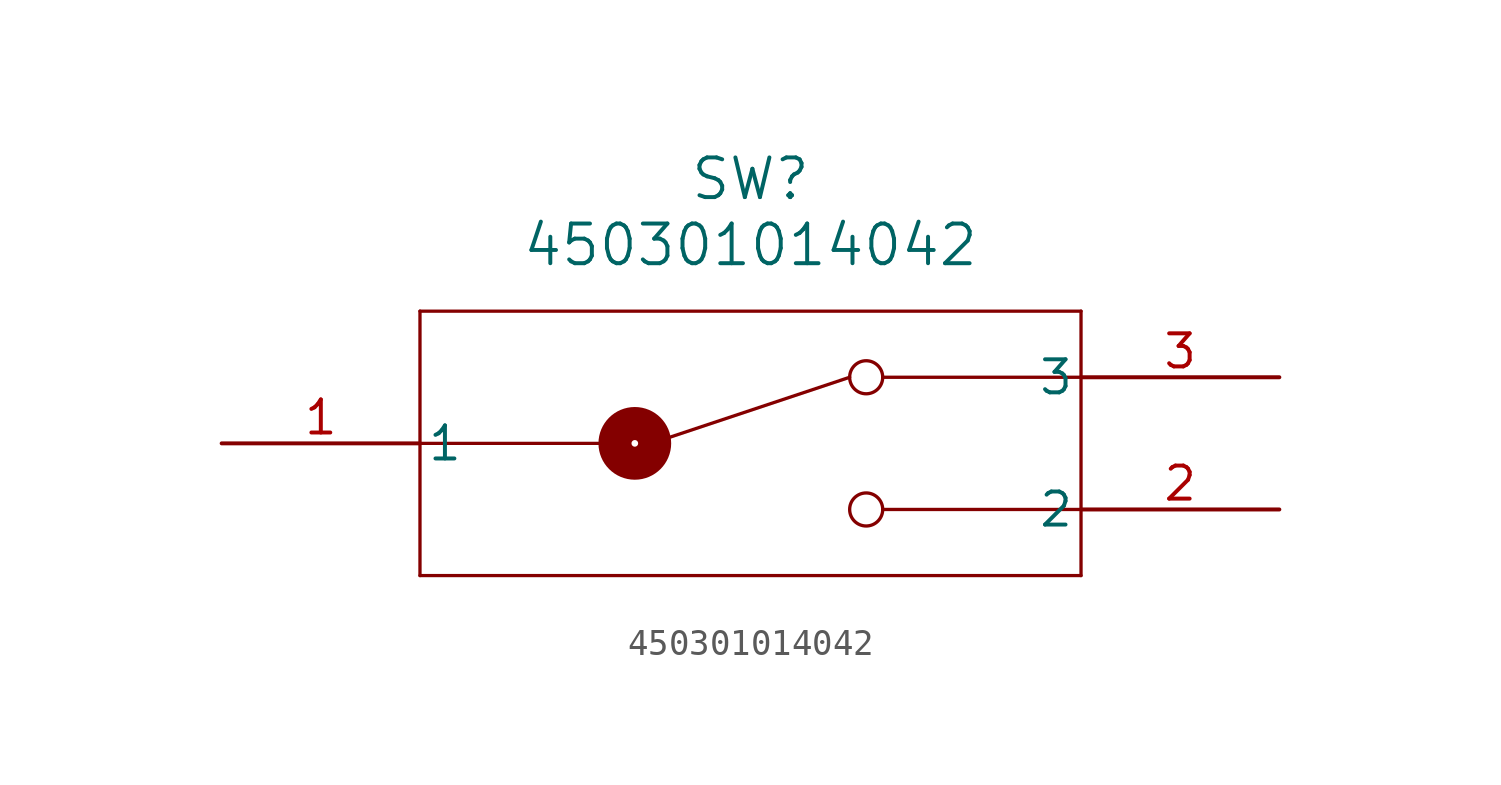
<source format=kicad_sym>
(kicad_symbol_lib
  (version 20211014)
  (generator kicad_symbol_editor)
  (symbol "450301014042"
    (pin_names
      (offset 0.254))
    (property "Reference" "SW"
      (at 20.32 10.16 0)
      (effects (font (size 1.524 1.524))))
    (property "Value" "450301014042"
      (at 20.32 7.62 0)
      (effects (font (size 1.524 1.524))))
    (symbol "450301014042_0_1"
      (polyline (pts (xy 7.62 5.08) (xy 7.62 -5.08)) (stroke (width 0.127) (type default) (color 0 0 0 0)) (fill (type none)))
      (polyline (pts (xy 7.62 -5.08) (xy 33.02 -5.08)) (stroke (width 0.127) (type default) (color 0 0 0 0)) (fill (type none)))
      (polyline (pts (xy 33.02 -5.08) (xy 33.02 5.08)) (stroke (width 0.127) (type default) (color 0 0 0 0)) (fill (type none)))
      (polyline (pts (xy 33.02 5.08) (xy 7.62 5.08)) (stroke (width 0.127) (type default) (color 0 0 0 0)) (fill (type none)))
      (polyline (pts (xy 33.02 -2.54) (xy 25.4 -2.54)) (stroke (width 0.127) (type default) (color 0 0 0 0)) (fill (type none)))
      (polyline (pts (xy 33.02 2.54) (xy 25.4 2.54)) (stroke (width 0.127) (type default) (color 0 0 0 0)) (fill (type none)))
      (polyline (pts (xy 7.62 0) (xy 15.24 0)) (stroke (width 0.127) (type default) (color 0 0 0 0)) (fill (type none)))
      (circle (center 15.875 0) (radius 0.127) (stroke (width 1.27) (type default) (color 0 0 0 0)) (fill (type none)))
      (circle (center 24.765 2.54) (radius 0.635) (stroke (width 0.127) (type default) (color 0 0 0 0)) (fill (type none)))
      (circle (center 24.765 -2.54) (radius 0.635) (stroke (width 0.127) (type default) (color 0 0 0 0)) (fill (type none)))
      (polyline (pts (xy 16.51 0) (xy 24.13 2.54)) (stroke (width 0.127) (type default) (color 0 0 0 0)) (fill (type none)))
      (circle (center 15.875 0) (radius 0.635) (stroke (width 0.127) (type default) (color 0 0 0 0)) (fill (type none)))
      (pin unspecified line (at 0 0 0) (length 7.62) (name "1" (effects (font (size 1.27 1.27)))) (number "1" (effects (font (size 1.27 1.27)))))
      (pin unspecified line (at 40.64 -2.54 180) (length 7.62) (name "2" (effects (font (size 1.27 1.27)))) (number "2" (effects (font (size 1.27 1.27)))))
      (pin unspecified line (at 40.64 2.54 180) (length 7.62) (name "3" (effects (font (size 1.27 1.27)))) (number "3" (effects (font (size 1.27 1.27))))))))
</source>
